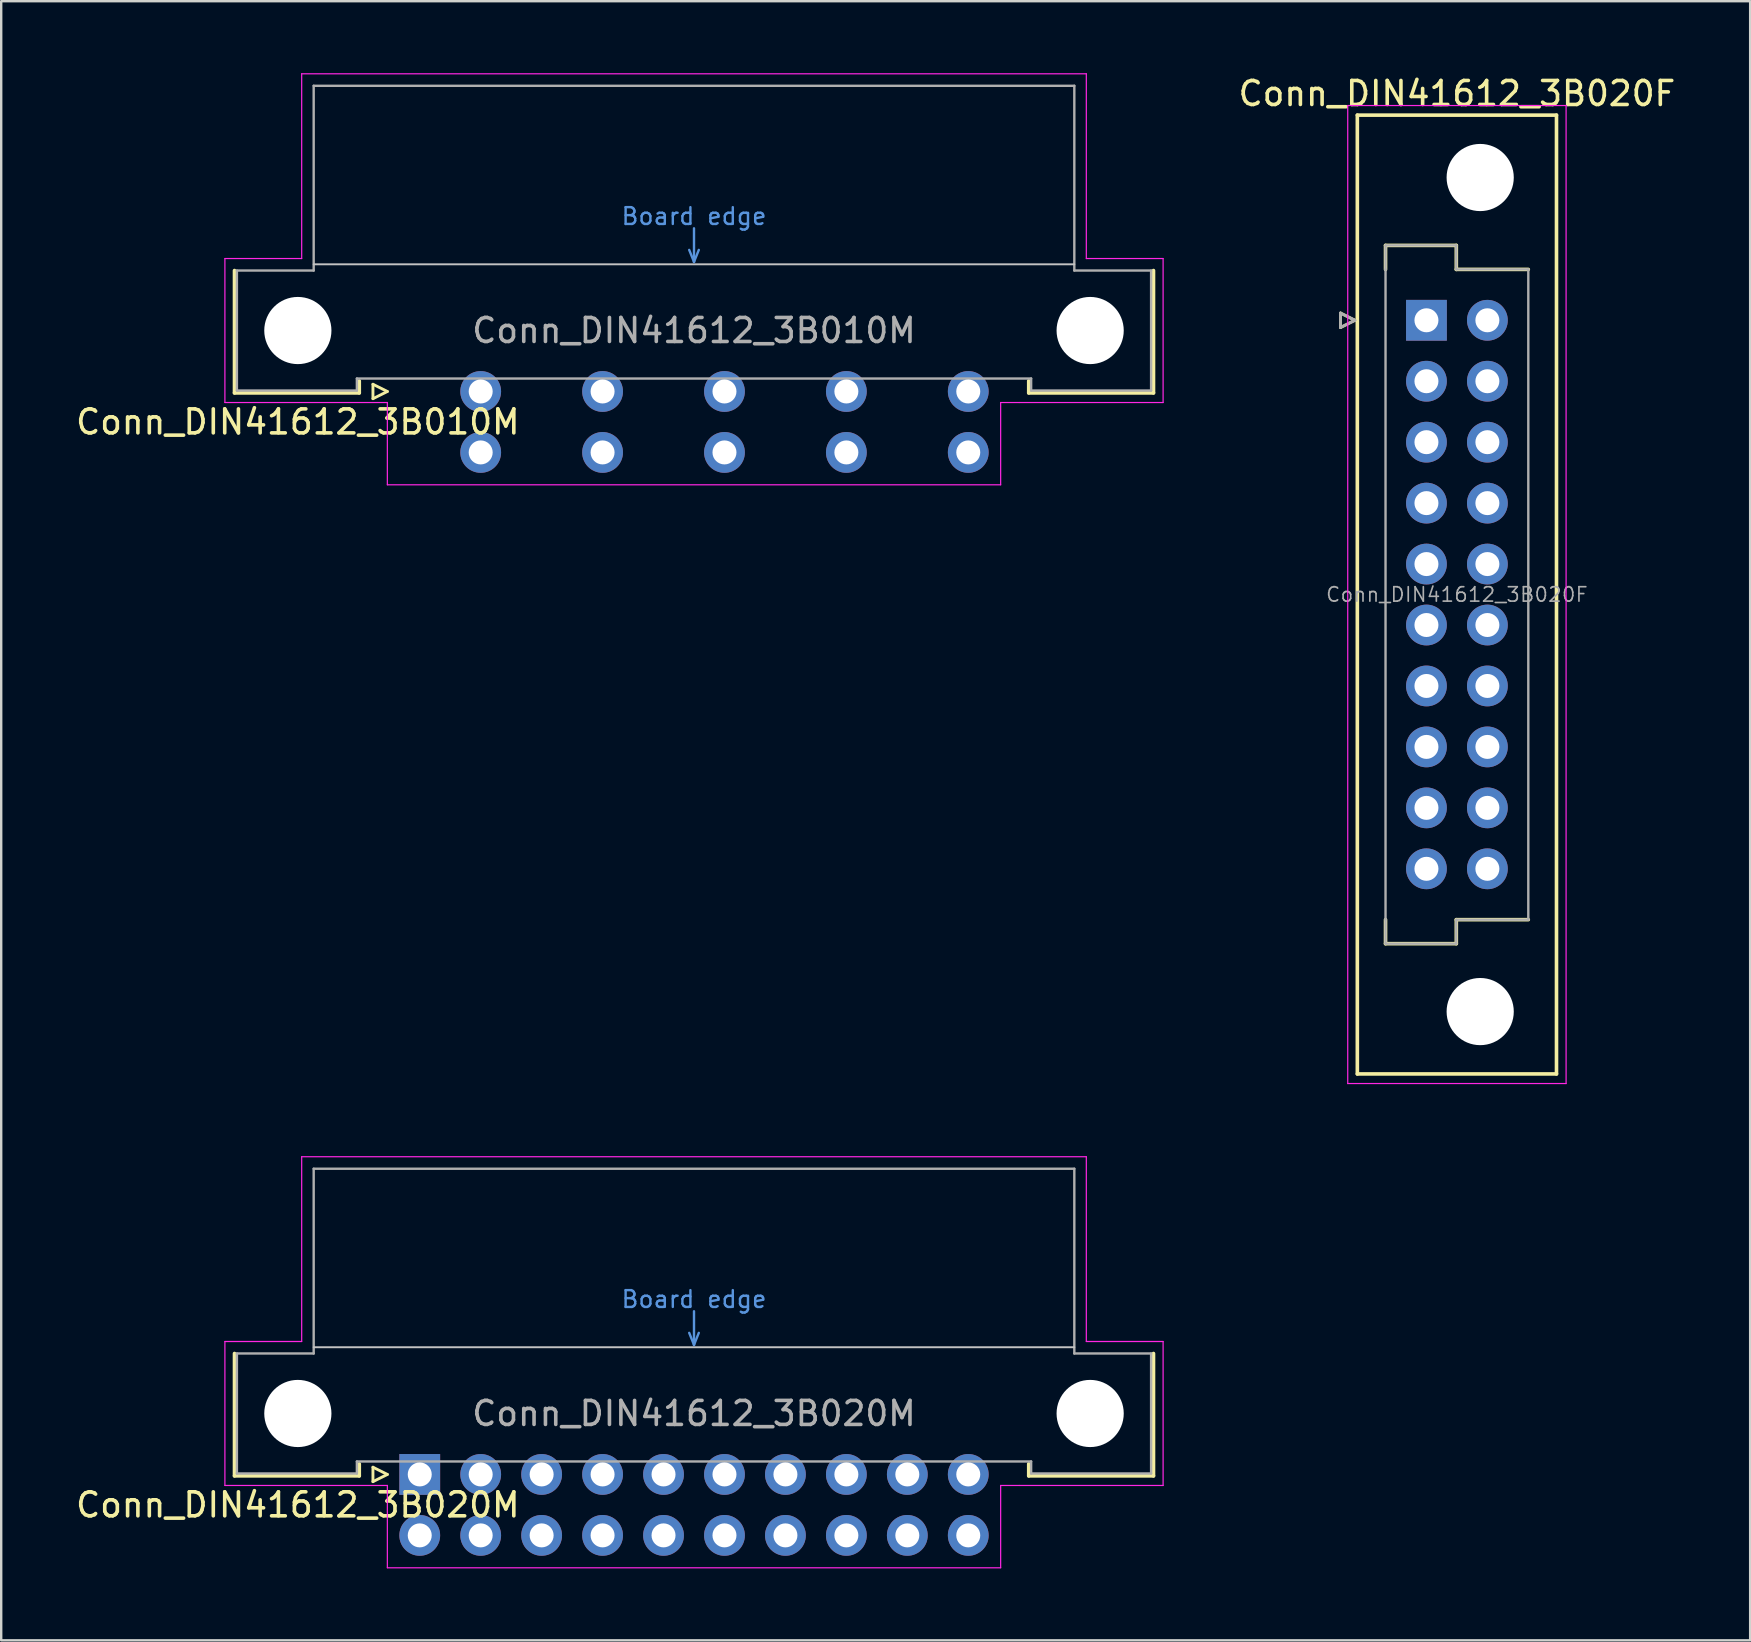
<source format=kicad_pcb>
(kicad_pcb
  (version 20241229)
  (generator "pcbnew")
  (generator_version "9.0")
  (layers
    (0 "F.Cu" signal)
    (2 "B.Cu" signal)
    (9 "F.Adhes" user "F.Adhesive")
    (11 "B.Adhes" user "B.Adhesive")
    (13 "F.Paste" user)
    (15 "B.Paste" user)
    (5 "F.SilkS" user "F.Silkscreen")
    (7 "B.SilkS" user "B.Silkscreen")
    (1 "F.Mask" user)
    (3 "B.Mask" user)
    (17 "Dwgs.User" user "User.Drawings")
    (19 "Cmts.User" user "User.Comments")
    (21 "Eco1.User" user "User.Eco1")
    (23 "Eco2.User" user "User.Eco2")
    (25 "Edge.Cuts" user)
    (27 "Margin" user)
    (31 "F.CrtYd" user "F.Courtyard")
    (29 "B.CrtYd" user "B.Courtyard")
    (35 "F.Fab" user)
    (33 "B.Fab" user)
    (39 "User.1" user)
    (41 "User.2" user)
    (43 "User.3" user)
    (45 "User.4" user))
  (footprint "Conn_DIN41612_3B010M"
    (layer "F.Cu")
    (at 14.443 13.265)
    (property "Reference" "Conn_DIN41612_3B010M" (at -5.08 1.27 0) (layer "F.SilkS") (effects (font (size 1 1) (thickness 0.15))))
    (attr through_hole)
    (fp_line (start -7.72 0.06) (end -7.72 -5.04) (stroke (width 0.15) (type solid)) (layer "F.SilkS"))
    (fp_line (start -2.52 -0.44) (end -2.52 0.06) (stroke (width 0.15) (type solid)) (layer "F.SilkS"))
    (fp_line (start -2.52 0.06) (end -7.72 0.06) (stroke (width 0.15) (type solid)) (layer "F.SilkS"))
    (fp_line (start -1.95 -0.3) (end -1.95 0.3) (stroke (width 0.12) (type solid)) (layer "F.SilkS"))
    (fp_line (start -1.95 0.3) (end -1.35 0) (stroke (width 0.12) (type solid)) (layer "F.SilkS"))
    (fp_line (start -1.35 0) (end -1.95 -0.3) (stroke (width 0.12) (type solid)) (layer "F.SilkS"))
    (fp_line (start 25.38 -0.44) (end 25.38 0.06) (stroke (width 0.15) (type solid)) (layer "F.SilkS"))
    (fp_line (start 25.38 0.06) (end 30.58 0.06) (stroke (width 0.15) (type solid)) (layer "F.SilkS"))
    (fp_line (start 30.58 0.06) (end 30.58 -5.04) (stroke (width 0.15) (type solid)) (layer "F.SilkS"))
    (fp_line (start -4.42 -5.3) (end 27.28 -5.3) (stroke (width 0.08) (type solid)) (layer "Dwgs.User"))
    (fp_line (start 11.23 -5.9) (end 11.43 -5.4) (stroke (width 0.1) (type solid)) (layer "Cmts.User"))
    (fp_line (start 11.43 -6.8) (end 11.43 -5.4) (stroke (width 0.1) (type solid)) (layer "Cmts.User"))
    (fp_line (start 11.43 -5.4) (end 11.63 -5.9) (stroke (width 0.1) (type solid)) (layer "Cmts.User"))
    (fp_line (start -8.12 -5.54) (end -4.92 -5.54) (stroke (width 0.05) (type solid)) (layer "F.CrtYd"))
    (fp_line (start -8.12 0.46) (end -8.12 -5.54) (stroke (width 0.05) (type solid)) (layer "F.CrtYd"))
    (fp_line (start -4.92 -13.24) (end 27.78 -13.24) (stroke (width 0.05) (type solid)) (layer "F.CrtYd"))
    (fp_line (start -4.92 -5.54) (end -4.92 -13.24) (stroke (width 0.05) (type solid)) (layer "F.CrtYd"))
    (fp_line (start -1.35 0.46) (end -8.12 0.46) (stroke (width 0.05) (type solid)) (layer "F.CrtYd"))
    (fp_line (start -1.35 3.89) (end -1.35 0.46) (stroke (width 0.05) (type solid)) (layer "F.CrtYd"))
    (fp_line (start 24.21 0.46) (end 24.21 3.89) (stroke (width 0.05) (type solid)) (layer "F.CrtYd"))
    (fp_line (start 24.21 3.89) (end -1.35 3.89) (stroke (width 0.05) (type solid)) (layer "F.CrtYd"))
    (fp_line (start 24.98 0.46) (end 24.21 0.46) (stroke (width 0.05) (type solid)) (layer "F.CrtYd"))
    (fp_line (start 27.78 -13.24) (end 27.78 -5.54) (stroke (width 0.05) (type solid)) (layer "F.CrtYd"))
    (fp_line (start 27.78 -5.54) (end 30.98 -5.54) (stroke (width 0.05) (type solid)) (layer "F.CrtYd"))
    (fp_line (start 30.98 -5.54) (end 30.98 0.46) (stroke (width 0.05) (type solid)) (layer "F.CrtYd"))
    (fp_line (start 30.98 0.46) (end 24.98 0.46) (stroke (width 0.05) (type solid)) (layer "F.CrtYd"))
    (fp_line (start -7.62 -5.04) (end -4.42 -5.04) (stroke (width 0.1) (type solid)) (layer "F.Fab"))
    (fp_line (start -7.62 -0.04) (end -7.62 -5.04) (stroke (width 0.1) (type solid)) (layer "F.Fab"))
    (fp_line (start -4.42 -12.74) (end 27.28 -12.74) (stroke (width 0.1) (type solid)) (layer "F.Fab"))
    (fp_line (start -4.42 -5.04) (end -4.42 -12.74) (stroke (width 0.1) (type solid)) (layer "F.Fab"))
    (fp_line (start -2.62 -0.54) (end -2.62 -0.04) (stroke (width 0.1) (type solid)) (layer "F.Fab"))
    (fp_line (start -2.62 -0.04) (end -7.62 -0.04) (stroke (width 0.1) (type solid)) (layer "F.Fab"))
    (fp_line (start 25.48 -0.54) (end -2.62 -0.54) (stroke (width 0.1) (type solid)) (layer "F.Fab"))
    (fp_line (start 25.48 -0.04) (end 25.48 -0.54) (stroke (width 0.1) (type solid)) (layer "F.Fab"))
    (fp_line (start 27.28 -12.74) (end 27.28 -5.04) (stroke (width 0.1) (type solid)) (layer "F.Fab"))
    (fp_line (start 27.28 -5.04) (end 30.48 -5.04) (stroke (width 0.1) (type solid)) (layer "F.Fab"))
    (fp_line (start 30.48 -5.04) (end 30.48 -0.04) (stroke (width 0.1) (type solid)) (layer "F.Fab"))
    (fp_line (start 30.48 -0.04) (end 25.48 -0.04) (stroke (width 0.1) (type solid)) (layer "F.Fab"))
    (fp_text user "Board edge" (at 11.43 -7.3 0) (layer "Cmts.User") (effects (font (size 0.7 0.7) (thickness 0.1))))
    (fp_text user "${REFERENCE}" (at 11.43 -2.54 0) (layer "F.Fab") (effects (font (size 1 1) (thickness 0.15))))
    (pad "" np_thru_hole circle (at -5.08 -2.54) (size 2.8 2.8) (drill 2.8) (layers "*.Cu" "*.Mask"))
    (pad "" np_thru_hole circle (at 27.94 -2.54) (size 2.8 2.8) (drill 2.8) (layers "*.Cu" "*.Mask"))
    (pad "A2" thru_hole circle (at 2.54 0) (size 1.7 1.7) (drill 1) (layers "*.Cu" "*.Mask"))
    (pad "A4" thru_hole circle (at 7.62 0) (size 1.7 1.7) (drill 1) (layers "*.Cu" "*.Mask"))
    (pad "A6" thru_hole circle (at 12.7 0) (size 1.7 1.7) (drill 1) (layers "*.Cu" "*.Mask"))
    (pad "A8" thru_hole circle (at 17.78 0) (size 1.7 1.7) (drill 1) (layers "*.Cu" "*.Mask"))
    (pad "A10" thru_hole circle (at 22.86 0) (size 1.7 1.7) (drill 1) (layers "*.Cu" "*.Mask"))
    (pad "B2" thru_hole circle (at 2.54 2.54) (size 1.7 1.7) (drill 1) (layers "*.Cu" "*.Mask"))
    (pad "B4" thru_hole circle (at 7.62 2.54) (size 1.7 1.7) (drill 1) (layers "*.Cu" "*.Mask"))
    (pad "B6" thru_hole circle (at 12.7 2.54) (size 1.7 1.7) (drill 1) (layers "*.Cu" "*.Mask"))
    (pad "B8" thru_hole circle (at 17.78 2.54) (size 1.7 1.7) (drill 1) (layers "*.Cu" "*.Mask"))
    (pad "B10" thru_hole circle (at 22.86 2.54) (size 1.7 1.7) (drill 1) (layers "*.Cu" "*.Mask")))
  (footprint "Conn_DIN41612_3B020F"
    (layer "F.Cu")
    (at 56.398 10.298)
    (property "Reference" "Conn_DIN41612_3B020F" (at 1.27 -9.45 0) (layer "F.SilkS") (effects (font (size 1 1) (thickness 0.15))))
    (attr through_hole)
    (fp_line (start -3.58 -0.3) (end -3.58 0.3) (stroke (width 0.12) (type solid)) (layer "F.SilkS"))
    (fp_line (start -3.58 0.3) (end -2.98 0) (stroke (width 0.12) (type solid)) (layer "F.SilkS"))
    (fp_line (start -2.98 0) (end -3.58 -0.3) (stroke (width 0.12) (type solid)) (layer "F.SilkS"))
    (fp_line (start -2.88 -8.55) (end -2.88 31.41) (stroke (width 0.15) (type solid)) (layer "F.SilkS"))
    (fp_line (start -2.88 31.41) (end 5.42 31.41) (stroke (width 0.15) (type solid)) (layer "F.SilkS"))
    (fp_line (start -1.705 -3.12) (end 1.245 -3.12) (stroke (width 0.15) (type solid)) (layer "F.SilkS"))
    (fp_line (start -1.705 -2.12) (end -1.705 -3.12) (stroke (width 0.15) (type solid)) (layer "F.SilkS"))
    (fp_line (start -1.705 25.98) (end -1.705 24.98) (stroke (width 0.15) (type solid)) (layer "F.SilkS"))
    (fp_line (start 1.245 -3.12) (end 1.245 -2.12) (stroke (width 0.15) (type solid)) (layer "F.SilkS"))
    (fp_line (start 1.245 -2.12) (end 4.245 -2.12) (stroke (width 0.15) (type solid)) (layer "F.SilkS"))
    (fp_line (start 1.245 24.98) (end 1.245 25.98) (stroke (width 0.15) (type solid)) (layer "F.SilkS"))
    (fp_line (start 1.245 25.98) (end -1.705 25.98) (stroke (width 0.15) (type solid)) (layer "F.SilkS"))
    (fp_line (start 4.245 24.98) (end 1.245 24.98) (stroke (width 0.15) (type solid)) (layer "F.SilkS"))
    (fp_line (start 5.42 -8.55) (end -2.88 -8.55) (stroke (width 0.15) (type solid)) (layer "F.SilkS"))
    (fp_line (start 5.42 31.41) (end 5.42 -8.55) (stroke (width 0.15) (type solid)) (layer "F.SilkS"))
    (fp_line (start -3.28 -8.95) (end -3.28 31.81) (stroke (width 0.05) (type solid)) (layer "F.CrtYd"))
    (fp_line (start -3.28 31.81) (end 5.82 31.81) (stroke (width 0.05) (type solid)) (layer "F.CrtYd"))
    (fp_line (start 5.82 -8.95) (end -3.28 -8.95) (stroke (width 0.05) (type solid)) (layer "F.CrtYd"))
    (fp_line (start 5.82 31.81) (end 5.82 -8.95) (stroke (width 0.05) (type solid)) (layer "F.CrtYd"))
    (fp_line (start -3.58 -0.3) (end -3.58 0.3) (stroke (width 0.12) (type solid)) (layer "F.Fab"))
    (fp_line (start -3.58 0.3) (end -2.98 0) (stroke (width 0.12) (type solid)) (layer "F.Fab"))
    (fp_line (start -2.98 0) (end -3.58 -0.3) (stroke (width 0.12) (type solid)) (layer "F.Fab"))
    (fp_line (start -1.705 -3.12) (end 1.245 -3.12) (stroke (width 0.1) (type solid)) (layer "F.Fab"))
    (fp_line (start -1.705 -2.12) (end -1.705 -3.12) (stroke (width 0.1) (type solid)) (layer "F.Fab"))
    (fp_line (start -1.705 24.98) (end -1.705 -2.12) (stroke (width 0.1) (type solid)) (layer "F.Fab"))
    (fp_line (start -1.705 25.98) (end -1.705 24.98) (stroke (width 0.1) (type solid)) (layer "F.Fab"))
    (fp_line (start 1.245 -3.12) (end 1.245 -2.12) (stroke (width 0.1) (type solid)) (layer "F.Fab"))
    (fp_line (start 1.245 -2.12) (end 4.245 -2.12) (stroke (width 0.1) (type solid)) (layer "F.Fab"))
    (fp_line (start 1.245 24.98) (end 1.245 25.98) (stroke (width 0.1) (type solid)) (layer "F.Fab"))
    (fp_line (start 1.245 25.98) (end -1.705 25.98) (stroke (width 0.1) (type solid)) (layer "F.Fab"))
    (fp_line (start 4.245 -2.12) (end 4.245 24.98) (stroke (width 0.1) (type solid)) (layer "F.Fab"))
    (fp_line (start 4.245 24.98) (end 1.245 24.98) (stroke (width 0.1) (type solid)) (layer "F.Fab"))
    (fp_text user "${REFERENCE}" (at 1.27 11.43 0) (layer "F.Fab") (effects (font (size 0.6 0.6) (thickness 0.07))))
    (pad "" np_thru_hole circle (at 2.24 -5.95) (size 2.8 2.8) (drill 2.8) (layers "*.Cu" "*.Mask"))
    (pad "" np_thru_hole circle (at 2.24 28.81) (size 2.8 2.8) (drill 2.8) (layers "*.Cu" "*.Mask"))
    (pad "A1" thru_hole rect (at 0 0) (size 1.7 1.7) (drill 1) (layers "*.Cu" "*.Mask"))
    (pad "A2" thru_hole circle (at 0 2.54) (size 1.7 1.7) (drill 1) (layers "*.Cu" "*.Mask"))
    (pad "A3" thru_hole circle (at 0 5.08) (size 1.7 1.7) (drill 1) (layers "*.Cu" "*.Mask"))
    (pad "A4" thru_hole circle (at 0 7.62) (size 1.7 1.7) (drill 1) (layers "*.Cu" "*.Mask"))
    (pad "A5" thru_hole circle (at 0 10.16) (size 1.7 1.7) (drill 1) (layers "*.Cu" "*.Mask"))
    (pad "A6" thru_hole circle (at 0 12.7) (size 1.7 1.7) (drill 1) (layers "*.Cu" "*.Mask"))
    (pad "A7" thru_hole circle (at 0 15.24) (size 1.7 1.7) (drill 1) (layers "*.Cu" "*.Mask"))
    (pad "A8" thru_hole circle (at 0 17.78) (size 1.7 1.7) (drill 1) (layers "*.Cu" "*.Mask"))
    (pad "A9" thru_hole circle (at 0 20.32) (size 1.7 1.7) (drill 1) (layers "*.Cu" "*.Mask"))
    (pad "A10" thru_hole circle (at 0 22.86) (size 1.7 1.7) (drill 1) (layers "*.Cu" "*.Mask"))
    (pad "B1" thru_hole circle (at 2.54 0) (size 1.7 1.7) (drill 1) (layers "*.Cu" "*.Mask"))
    (pad "B2" thru_hole circle (at 2.54 2.54) (size 1.7 1.7) (drill 1) (layers "*.Cu" "*.Mask"))
    (pad "B3" thru_hole circle (at 2.54 5.08) (size 1.7 1.7) (drill 1) (layers "*.Cu" "*.Mask"))
    (pad "B4" thru_hole circle (at 2.54 7.62) (size 1.7 1.7) (drill 1) (layers "*.Cu" "*.Mask"))
    (pad "B5" thru_hole circle (at 2.54 10.16) (size 1.7 1.7) (drill 1) (layers "*.Cu" "*.Mask"))
    (pad "B6" thru_hole circle (at 2.54 12.7) (size 1.7 1.7) (drill 1) (layers "*.Cu" "*.Mask"))
    (pad "B7" thru_hole circle (at 2.54 15.24) (size 1.7 1.7) (drill 1) (layers "*.Cu" "*.Mask"))
    (pad "B8" thru_hole circle (at 2.54 17.78) (size 1.7 1.7) (drill 1) (layers "*.Cu" "*.Mask"))
    (pad "B9" thru_hole circle (at 2.54 20.32) (size 1.7 1.7) (drill 1) (layers "*.Cu" "*.Mask"))
    (pad "B10" thru_hole circle (at 2.54 22.86) (size 1.7 1.7) (drill 1) (layers "*.Cu" "*.Mask")))
  (footprint "Conn_DIN41612_3B020M"
    (layer "F.Cu")
    (at 14.443 58.398)
    (property "Reference" "Conn_DIN41612_3B020M" (at -5.08 1.27 0) (layer "F.SilkS") (effects (font (size 1 1) (thickness 0.15))))
    (attr through_hole)
    (fp_line (start -7.72 0.06) (end -7.72 -5.04) (stroke (width 0.15) (type solid)) (layer "F.SilkS"))
    (fp_line (start -2.52 -0.44) (end -2.52 0.06) (stroke (width 0.15) (type solid)) (layer "F.SilkS"))
    (fp_line (start -2.52 0.06) (end -7.72 0.06) (stroke (width 0.15) (type solid)) (layer "F.SilkS"))
    (fp_line (start -1.95 -0.3) (end -1.95 0.3) (stroke (width 0.12) (type solid)) (layer "F.SilkS"))
    (fp_line (start -1.95 0.3) (end -1.35 0) (stroke (width 0.12) (type solid)) (layer "F.SilkS"))
    (fp_line (start -1.35 0) (end -1.95 -0.3) (stroke (width 0.12) (type solid)) (layer "F.SilkS"))
    (fp_line (start 25.38 -0.44) (end 25.38 0.06) (stroke (width 0.15) (type solid)) (layer "F.SilkS"))
    (fp_line (start 25.38 0.06) (end 30.58 0.06) (stroke (width 0.15) (type solid)) (layer "F.SilkS"))
    (fp_line (start 30.58 0.06) (end 30.58 -5.04) (stroke (width 0.15) (type solid)) (layer "F.SilkS"))
    (fp_line (start -4.42 -5.3) (end 27.28 -5.3) (stroke (width 0.08) (type solid)) (layer "Dwgs.User"))
    (fp_line (start 11.23 -5.9) (end 11.43 -5.4) (stroke (width 0.1) (type solid)) (layer "Cmts.User"))
    (fp_line (start 11.43 -6.8) (end 11.43 -5.4) (stroke (width 0.1) (type solid)) (layer "Cmts.User"))
    (fp_line (start 11.43 -5.4) (end 11.63 -5.9) (stroke (width 0.1) (type solid)) (layer "Cmts.User"))
    (fp_line (start -8.12 -5.54) (end -4.92 -5.54) (stroke (width 0.05) (type solid)) (layer "F.CrtYd"))
    (fp_line (start -8.12 0.46) (end -8.12 -5.54) (stroke (width 0.05) (type solid)) (layer "F.CrtYd"))
    (fp_line (start -4.92 -13.24) (end 27.78 -13.24) (stroke (width 0.05) (type solid)) (layer "F.CrtYd"))
    (fp_line (start -4.92 -5.54) (end -4.92 -13.24) (stroke (width 0.05) (type solid)) (layer "F.CrtYd"))
    (fp_line (start -1.35 0.46) (end -8.12 0.46) (stroke (width 0.05) (type solid)) (layer "F.CrtYd"))
    (fp_line (start -1.35 3.89) (end -1.35 0.46) (stroke (width 0.05) (type solid)) (layer "F.CrtYd"))
    (fp_line (start 24.21 0.46) (end 24.21 3.89) (stroke (width 0.05) (type solid)) (layer "F.CrtYd"))
    (fp_line (start 24.21 3.89) (end -1.35 3.89) (stroke (width 0.05) (type solid)) (layer "F.CrtYd"))
    (fp_line (start 24.98 0.46) (end 24.21 0.46) (stroke (width 0.05) (type solid)) (layer "F.CrtYd"))
    (fp_line (start 27.78 -13.24) (end 27.78 -5.54) (stroke (width 0.05) (type solid)) (layer "F.CrtYd"))
    (fp_line (start 27.78 -5.54) (end 30.98 -5.54) (stroke (width 0.05) (type solid)) (layer "F.CrtYd"))
    (fp_line (start 30.98 -5.54) (end 30.98 0.46) (stroke (width 0.05) (type solid)) (layer "F.CrtYd"))
    (fp_line (start 30.98 0.46) (end 24.98 0.46) (stroke (width 0.05) (type solid)) (layer "F.CrtYd"))
    (fp_line (start -7.62 -5.04) (end -4.42 -5.04) (stroke (width 0.1) (type solid)) (layer "F.Fab"))
    (fp_line (start -7.62 -0.04) (end -7.62 -5.04) (stroke (width 0.1) (type solid)) (layer "F.Fab"))
    (fp_line (start -4.42 -12.74) (end 27.28 -12.74) (stroke (width 0.1) (type solid)) (layer "F.Fab"))
    (fp_line (start -4.42 -5.04) (end -4.42 -12.74) (stroke (width 0.1) (type solid)) (layer "F.Fab"))
    (fp_line (start -2.62 -0.54) (end -2.62 -0.04) (stroke (width 0.1) (type solid)) (layer "F.Fab"))
    (fp_line (start -2.62 -0.04) (end -7.62 -0.04) (stroke (width 0.1) (type solid)) (layer "F.Fab"))
    (fp_line (start 25.48 -0.54) (end -2.62 -0.54) (stroke (width 0.1) (type solid)) (layer "F.Fab"))
    (fp_line (start 25.48 -0.04) (end 25.48 -0.54) (stroke (width 0.1) (type solid)) (layer "F.Fab"))
    (fp_line (start 27.28 -12.74) (end 27.28 -5.04) (stroke (width 0.1) (type solid)) (layer "F.Fab"))
    (fp_line (start 27.28 -5.04) (end 30.48 -5.04) (stroke (width 0.1) (type solid)) (layer "F.Fab"))
    (fp_line (start 30.48 -5.04) (end 30.48 -0.04) (stroke (width 0.1) (type solid)) (layer "F.Fab"))
    (fp_line (start 30.48 -0.04) (end 25.48 -0.04) (stroke (width 0.1) (type solid)) (layer "F.Fab"))
    (fp_text user "Board edge" (at 11.43 -7.3 0) (layer "Cmts.User") (effects (font (size 0.7 0.7) (thickness 0.1))))
    (fp_text user "${REFERENCE}" (at 11.43 -2.54 0) (layer "F.Fab") (effects (font (size 1 1) (thickness 0.15))))
    (pad "" np_thru_hole circle (at -5.08 -2.54) (size 2.8 2.8) (drill 2.8) (layers "*.Cu" "*.Mask"))
    (pad "" np_thru_hole circle (at 27.94 -2.54) (size 2.8 2.8) (drill 2.8) (layers "*.Cu" "*.Mask"))
    (pad "A1" thru_hole rect (at 0 0) (size 1.7 1.7) (drill 1) (layers "*.Cu" "*.Mask"))
    (pad "A2" thru_hole circle (at 2.54 0) (size 1.7 1.7) (drill 1) (layers "*.Cu" "*.Mask"))
    (pad "A3" thru_hole circle (at 5.08 0) (size 1.7 1.7) (drill 1) (layers "*.Cu" "*.Mask"))
    (pad "A4" thru_hole circle (at 7.62 0) (size 1.7 1.7) (drill 1) (layers "*.Cu" "*.Mask"))
    (pad "A5" thru_hole circle (at 10.16 0) (size 1.7 1.7) (drill 1) (layers "*.Cu" "*.Mask"))
    (pad "A6" thru_hole circle (at 12.7 0) (size 1.7 1.7) (drill 1) (layers "*.Cu" "*.Mask"))
    (pad "A7" thru_hole circle (at 15.24 0) (size 1.7 1.7) (drill 1) (layers "*.Cu" "*.Mask"))
    (pad "A8" thru_hole circle (at 17.78 0) (size 1.7 1.7) (drill 1) (layers "*.Cu" "*.Mask"))
    (pad "A9" thru_hole circle (at 20.32 0) (size 1.7 1.7) (drill 1) (layers "*.Cu" "*.Mask"))
    (pad "A10" thru_hole circle (at 22.86 0) (size 1.7 1.7) (drill 1) (layers "*.Cu" "*.Mask"))
    (pad "B1" thru_hole circle (at 0 2.54) (size 1.7 1.7) (drill 1) (layers "*.Cu" "*.Mask"))
    (pad "B2" thru_hole circle (at 2.54 2.54) (size 1.7 1.7) (drill 1) (layers "*.Cu" "*.Mask"))
    (pad "B3" thru_hole circle (at 5.08 2.54) (size 1.7 1.7) (drill 1) (layers "*.Cu" "*.Mask"))
    (pad "B4" thru_hole circle (at 7.62 2.54) (size 1.7 1.7) (drill 1) (layers "*.Cu" "*.Mask"))
    (pad "B5" thru_hole circle (at 10.16 2.54) (size 1.7 1.7) (drill 1) (layers "*.Cu" "*.Mask"))
    (pad "B6" thru_hole circle (at 12.7 2.54) (size 1.7 1.7) (drill 1) (layers "*.Cu" "*.Mask"))
    (pad "B7" thru_hole circle (at 15.24 2.54) (size 1.7 1.7) (drill 1) (layers "*.Cu" "*.Mask"))
    (pad "B8" thru_hole circle (at 17.78 2.54) (size 1.7 1.7) (drill 1) (layers "*.Cu" "*.Mask"))
    (pad "B9" thru_hole circle (at 20.32 2.54) (size 1.7 1.7) (drill 1) (layers "*.Cu" "*.Mask"))
    (pad "B10" thru_hole circle (at 22.86 2.54) (size 1.7 1.7) (drill 1) (layers "*.Cu" "*.Mask")))
  (gr_rect
    (start -3 -3)
    (end 69.889 65.313)
    (stroke (width 0.1) (type default))
    (fill no)
    (layer "Edge.Cuts")))
</source>
